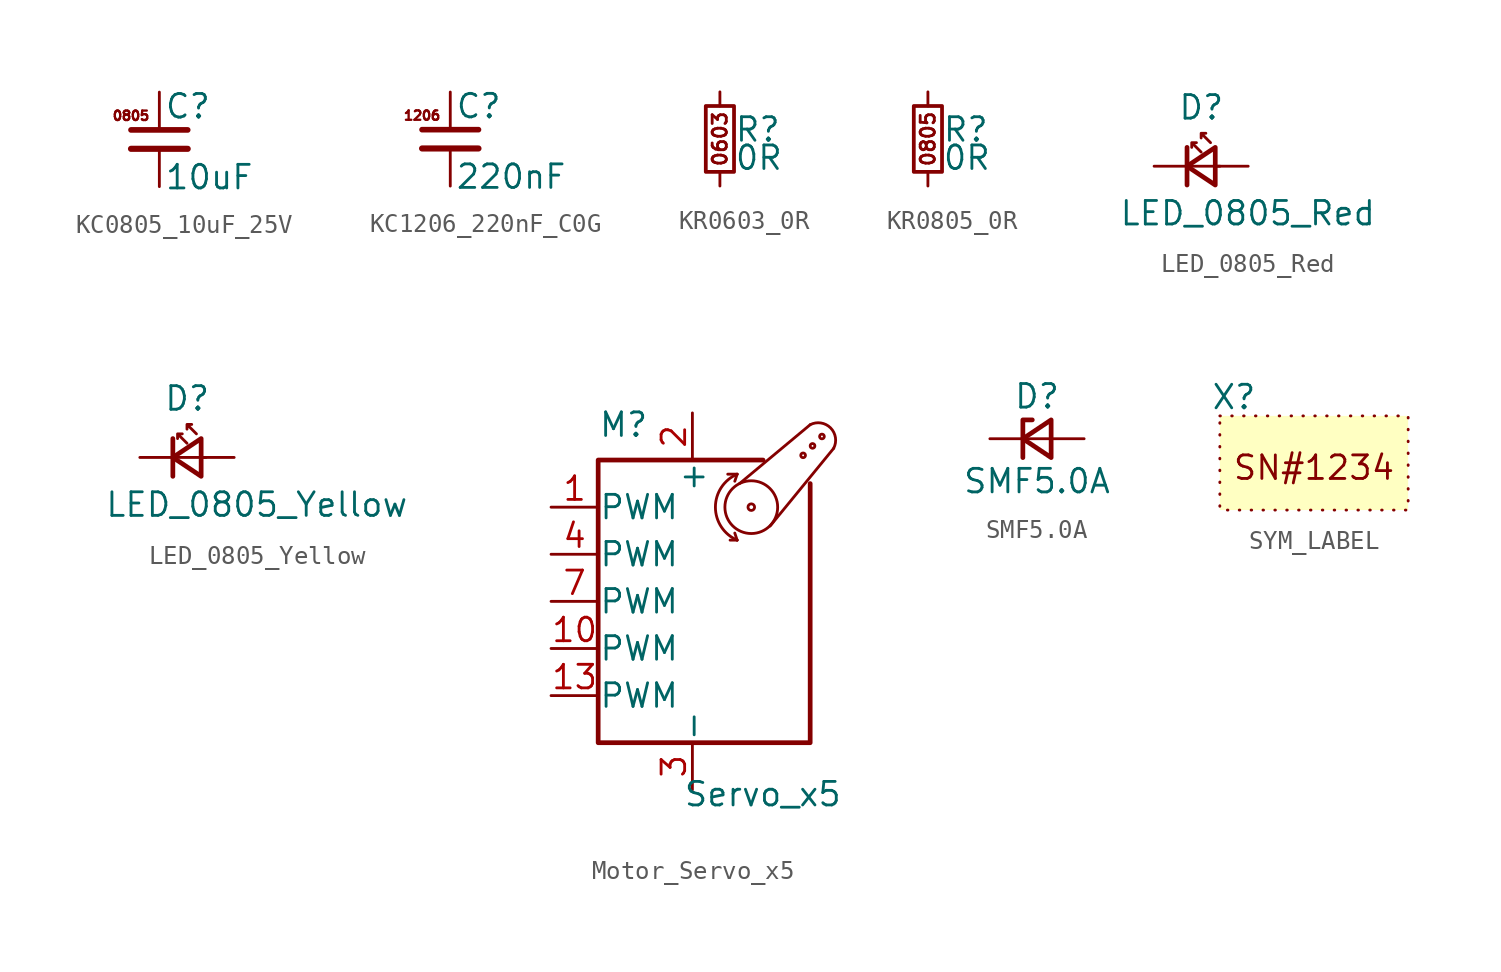
<source format=kicad_sym>
(kicad_symbol_lib
  (version 20241209)
  (generator "kicad_symbol_editor")
  (generator_version "9.0")
  (symbol "KC0805_10uF_25V"
    (pin_numbers
      (hide yes))
    (pin_names
      (offset 0.254)
      (hide yes))
    (property "Reference" "C"
      (at 0.254 1.778 0)
      (effects (font (size 1.27 1.27)) (justify left)))
    (property "Value" "10uF"
      (at 0.254 -2.032 0)
      (effects (font (size 1.27 1.27)) (justify left)))
    (symbol "KC0805_10uF_25V_0_1"
      (polyline (pts (xy -1.524 0.508) (xy 1.524 0.508)) (stroke (width 0.305) (type default)) (fill (type none)))
      (polyline (pts (xy -1.524 -0.508) (xy 1.524 -0.508)) (stroke (width 0.33) (type default)) (fill (type none))))
    (symbol "KC0805_10uF_25V_1_1"
      (text "0805" (at -1.524 1.27 0) (effects (font (size 0.508 0.508))))
      (pin passive line (at 0 2.54 270) (length 2.032) (name "~" (effects (font (size 1.27 1.27)))) (number "1" (effects (font (size 1.27 1.27)))))
      (pin passive line (at 0 -2.54 90) (length 2.032) (name "~" (effects (font (size 1.27 1.27)))) (number "2" (effects (font (size 1.27 1.27)))))))
  (symbol "KC1206_220nF_C0G"
    (pin_numbers
      (hide yes))
    (pin_names
      (offset 0.254)
      (hide yes))
    (property "Reference" "C"
      (at 0.254 1.778 0)
      (effects (font (size 1.27 1.27)) (justify left)))
    (property "Value" "220nF"
      (at 0.254 -2.032 0)
      (effects (font (size 1.27 1.27)) (justify left)))
    (symbol "KC1206_220nF_C0G_0_1"
      (polyline (pts (xy -1.524 0.508) (xy 1.524 0.508)) (stroke (width 0.305) (type default)) (fill (type none)))
      (polyline (pts (xy -1.524 -0.508) (xy 1.524 -0.508)) (stroke (width 0.33) (type default)) (fill (type none))))
    (symbol "KC1206_220nF_C0G_1_1"
      (text "1206" (at -1.524 1.27 0) (effects (font (size 0.508 0.508))))
      (pin passive line (at 0 2.54 270) (length 2.032) (name "~" (effects (font (size 1.27 1.27)))) (number "1" (effects (font (size 1.27 1.27)))))
      (pin passive line (at 0 -2.54 90) (length 2.032) (name "~" (effects (font (size 1.27 1.27)))) (number "2" (effects (font (size 1.27 1.27)))))))
  (symbol "KR0603_0R"
    (pin_numbers
      (hide yes))
    (pin_names
      (offset 0.254)
      (hide yes))
    (property "Reference" "R"
      (at 0.762 0.508 0)
      (effects (font (size 1.27 1.27)) (justify left)))
    (property "Value" "0R"
      (at 0.762 -1.016 0)
      (effects (font (size 1.27 1.27)) (justify left)))
    (symbol "KR0603_0R_0_1"
      (rectangle (start -0.762 1.778) (end 0.762 -1.778) (stroke (width 0.203) (type default)) (fill (type none))))
    (symbol "KR0603_0R_1_1"
      (text "0603" (at 0 0 900) (effects (font (size 0.762 0.762))))
      (pin passive line (at 0 2.54 270) (length 0.762) (name "~" (effects (font (size 1.27 1.27)))) (number "1" (effects (font (size 1.27 1.27)))))
      (pin passive line (at 0 -2.54 90) (length 0.762) (name "~" (effects (font (size 1.27 1.27)))) (number "2" (effects (font (size 1.27 1.27)))))))
  (symbol "KR0805_0R"
    (pin_numbers
      (hide yes))
    (pin_names
      (offset 0.254)
      (hide yes))
    (property "Reference" "R"
      (at 0.762 0.508 0)
      (effects (font (size 1.27 1.27)) (justify left)))
    (property "Value" "0R"
      (at 0.762 -1.016 0)
      (effects (font (size 1.27 1.27)) (justify left)))
    (symbol "KR0805_0R_0_1"
      (rectangle (start -0.762 1.778) (end 0.762 -1.778) (stroke (width 0.203) (type default)) (fill (type none))))
    (symbol "KR0805_0R_1_1"
      (text "0805" (at 0 0 900) (effects (font (size 0.762 0.762))))
      (pin passive line (at 0 2.54 270) (length 0.762) (name "~" (effects (font (size 1.27 1.27)))) (number "1" (effects (font (size 1.27 1.27)))))
      (pin passive line (at 0 -2.54 90) (length 0.762) (name "~" (effects (font (size 1.27 1.27)))) (number "2" (effects (font (size 1.27 1.27)))))))
  (symbol "LED_0805_Red"
    (pin_numbers
      (hide yes))
    (pin_names
      (offset 0.254)
      (hide yes))
    (property "Reference" "D"
      (at -1.27 3.175 0)
      (effects (font (size 1.27 1.27)) (justify left)))
    (property "Value" "LED_0805_Red"
      (at -4.445 -2.54 0)
      (effects (font (size 1.27 1.27)) (justify left)))
    (symbol "LED_0805_Red_0_1"
      (polyline (pts (xy -0.762 -1.016) (xy -0.762 1.016)) (stroke (width 0.254) (type default)) (fill (type none)))
      (polyline (pts (xy 0 0.762) (xy -0.508 1.27) (xy -0.254 1.27) (xy -0.508 1.27) (xy -0.508 1.016)) (stroke (width 0) (type default)) (fill (type none)))
      (polyline (pts (xy 0.508 1.27) (xy 0 1.778) (xy 0.254 1.778) (xy 0 1.778) (xy 0 1.524)) (stroke (width 0) (type default)) (fill (type none)))
      (polyline (pts (xy 0.762 -1.016) (xy -0.762 0) (xy 0.762 1.016) (xy 0.762 -1.016)) (stroke (width 0.254) (type default)) (fill (type none)))
      (polyline (pts (xy 1.016 0) (xy -0.762 0)) (stroke (width 0) (type default)) (fill (type none))))
    (symbol "LED_0805_Red_1_1"
      (pin passive line (at -2.54 0 0) (length 1.778) (name "K" (effects (font (size 1.27 1.27)))) (number "1" (effects (font (size 1.27 1.27)))))
      (pin passive line (at 2.54 0 180) (length 1.778) (name "A" (effects (font (size 1.27 1.27)))) (number "2" (effects (font (size 1.27 1.27)))))))
  (symbol "LED_0805_Yellow"
    (pin_numbers
      (hide yes))
    (pin_names
      (offset 0.254)
      (hide yes))
    (property "Reference" "D"
      (at -1.27 3.175 0)
      (effects (font (size 1.27 1.27)) (justify left)))
    (property "Value" "LED_0805_Yellow"
      (at -4.445 -2.54 0)
      (effects (font (size 1.27 1.27)) (justify left)))
    (symbol "LED_0805_Yellow_0_1"
      (polyline (pts (xy -0.762 -1.016) (xy -0.762 1.016)) (stroke (width 0.254) (type default)) (fill (type none)))
      (polyline (pts (xy 0 0.762) (xy -0.508 1.27) (xy -0.254 1.27) (xy -0.508 1.27) (xy -0.508 1.016)) (stroke (width 0) (type default)) (fill (type none)))
      (polyline (pts (xy 0.508 1.27) (xy 0 1.778) (xy 0.254 1.778) (xy 0 1.778) (xy 0 1.524)) (stroke (width 0) (type default)) (fill (type none)))
      (polyline (pts (xy 0.762 -1.016) (xy -0.762 0) (xy 0.762 1.016) (xy 0.762 -1.016)) (stroke (width 0.254) (type default)) (fill (type none)))
      (polyline (pts (xy 1.016 0) (xy -0.762 0)) (stroke (width 0) (type default)) (fill (type none))))
    (symbol "LED_0805_Yellow_1_1"
      (pin passive line (at -2.54 0 0) (length 1.778) (name "K" (effects (font (size 1.27 1.27)))) (number "1" (effects (font (size 1.27 1.27)))))
      (pin passive line (at 2.54 0 180) (length 1.778) (name "A" (effects (font (size 1.27 1.27)))) (number "2" (effects (font (size 1.27 1.27)))))))
  (symbol "Motor_Servo_x5"
    (pin_names
      (offset 0.025))
    (property "Reference" "M"
      (at -5.08 4.445 0)
      (effects (font (size 1.27 1.27)) (justify left)))
    (property "Value" "Servo_x5"
      (at -0.508 -14.732 0)
      (effects (font (size 1.27 1.27)) (justify left top)))
    (symbol "Motor_Servo_x5_0_1"
      (polyline (pts (xy 2.413 1.778) (xy 1.905 1.778)) (stroke (width 0) (type default)) (fill (type none)))
      (polyline (pts (xy 2.413 1.778) (xy 2.286 1.397)) (stroke (width 0) (type default)) (fill (type none)))
      (polyline (pts (xy 2.413 -1.778) (xy 2.032 -1.778)) (stroke (width 0) (type default)) (fill (type none)))
      (polyline (pts (xy 2.413 -1.778) (xy 2.286 -1.397)) (stroke (width 0) (type default)) (fill (type none)))
      (arc (start 2.413 -1.778) (mid 1.2406 0) (end 2.413 1.778) (stroke (width 0) (type default)) (fill (type none)))
      (circle (center 3.175 0) (radius 0.178) (stroke (width 0) (type default)) (fill (type none)))
      (circle (center 3.175 0) (radius 1.422) (stroke (width 0) (type default)) (fill (type none)))
      (polyline (pts (xy 3.81 2.54) (xy -5.08 2.54) (xy -5.08 -12.7) (xy 6.35 -12.7) (xy 6.35 1.27)) (stroke (width 0.254) (type default)) (fill (type none)))
      (circle (center 5.969 2.794) (radius 0.127) (stroke (width 0) (type default)) (fill (type none)))
      (polyline (pts (xy 6.35 4.445) (xy 2.54 1.27)) (stroke (width 0) (type default)) (fill (type none)))
      (circle (center 6.477 3.302) (radius 0.127) (stroke (width 0) (type default)) (fill (type none)))
      (arc (start 6.35 4.445) (mid 7.4487 4.2737) (end 7.62 3.175) (stroke (width 0) (type default)) (fill (type none)))
      (circle (center 6.985 3.81) (radius 0.127) (stroke (width 0) (type default)) (fill (type none)))
      (polyline (pts (xy 7.62 3.175) (xy 4.191 -1.016)) (stroke (width 0) (type default)) (fill (type none))))
    (symbol "Motor_Servo_x5_1_1"
      (pin passive line (at -7.62 0 0) (length 2.54) (name "PWM" (effects (font (size 1.27 1.27)))) (number "1" (effects (font (size 1.27 1.27)))))
      (pin passive line (at -7.62 -2.54 0) (length 2.54) (name "PWM" (effects (font (size 1.27 1.27)))) (number "4" (effects (font (size 1.27 1.27)))))
      (pin passive line (at -7.62 -5.08 0) (length 2.54) (name "PWM" (effects (font (size 1.27 1.27)))) (number "7" (effects (font (size 1.27 1.27)))))
      (pin passive line (at -7.62 -7.62 0) (length 2.54) (name "PWM" (effects (font (size 1.27 1.27)))) (number "10" (effects (font (size 1.27 1.27)))))
      (pin passive line (at -7.62 -10.16 0) (length 2.54) (name "PWM" (effects (font (size 1.27 1.27)))) (number "13" (effects (font (size 1.27 1.27)))))
      (pin passive line (at 0 5.08 270) (length 2.54) (hide yes) (name "+" (effects (font (size 1.27 1.27)))) (number "11" (effects (font (size 1.27 1.27)))))
      (pin passive line (at 0 5.08 270) (length 2.54) (hide yes) (name "+" (effects (font (size 1.27 1.27)))) (number "14" (effects (font (size 1.27 1.27)))))
      (pin passive line (at 0 5.08 270) (length 2.54) (name "+" (effects (font (size 1.27 1.27)))) (number "2" (effects (font (size 1.27 1.27)))))
      (pin passive line (at 0 5.08 270) (length 2.54) (hide yes) (name "+" (effects (font (size 1.27 1.27)))) (number "5" (effects (font (size 1.27 1.27)))))
      (pin passive line (at 0 5.08 270) (length 2.54) (hide yes) (name "+" (effects (font (size 1.27 1.27)))) (number "8" (effects (font (size 1.27 1.27)))))
      (pin passive line (at 0 -15.24 90) (length 2.54) (hide yes) (name "-" (effects (font (size 1.27 1.27)))) (number "12" (effects (font (size 1.27 1.27)))))
      (pin passive line (at 0 -15.24 90) (length 2.54) (hide yes) (name "-" (effects (font (size 1.27 1.27)))) (number "15" (effects (font (size 1.27 1.27)))))
      (pin passive line (at 0 -15.24 90) (length 2.54) (name "-" (effects (font (size 1.27 1.27)))) (number "3" (effects (font (size 1.27 1.27)))))
      (pin passive line (at 0 -15.24 90) (length 2.54) (hide yes) (name "-" (effects (font (size 1.27 1.27)))) (number "6" (effects (font (size 1.27 1.27)))))
      (pin passive line (at 0 -15.24 90) (length 2.54) (hide yes) (name "-" (effects (font (size 1.27 1.27)))) (number "9" (effects (font (size 1.27 1.27)))))))
  (symbol "SMF5.0A"
    (pin_numbers
      (hide yes))
    (pin_names
      (offset 0.254)
      (hide yes))
    (property "Reference" "D"
      (at 0 2.286 0)
      (effects (font (size 1.27 1.27))))
    (property "Value" "SMF5.0A"
      (at 0 -2.286 0)
      (effects (font (size 1.27 1.27))))
    (symbol "SMF5.0A_0_1"
      (polyline (pts (xy -0.254 1.016) (xy -0.762 1.016) (xy -0.762 -1.016)) (stroke (width 0.254) (type default)) (fill (type none)))
      (polyline (pts (xy 0.762 1.016) (xy -0.762 0) (xy 0.762 -1.016) (xy 0.762 1.016)) (stroke (width 0.254) (type default)) (fill (type none)))
      (polyline (pts (xy 0.762 0) (xy -0.762 0)) (stroke (width 0) (type default)) (fill (type none))))
    (symbol "SMF5.0A_1_1"
      (pin passive line (at -2.54 0 0) (length 1.778) (name "K" (effects (font (size 1.27 1.27)))) (number "1" (effects (font (size 1.27 1.27)))))
      (pin passive line (at 2.54 0 180) (length 1.778) (name "A" (effects (font (size 1.27 1.27)))) (number "2" (effects (font (size 1.27 1.27)))))))
  (symbol "SYM_LABEL"
    (property "Reference" "X"
      (at -4.318 3.556 0)
      (effects (font (size 1.27 1.27))))
    (property "Value" ""
      (at 0 0 0)
      (effects (font (size 1.27 1.27))))
    (symbol "SYM_LABEL_1_1"
      (rectangle (start -5.08 2.54) (end 5.08 -2.54) (stroke (width 0) (type dot)) (fill (type background)))
      (text "SN#1234" (at 0 -0.254 0) (effects (font (size 1.27 1.27)))))))
</source>
